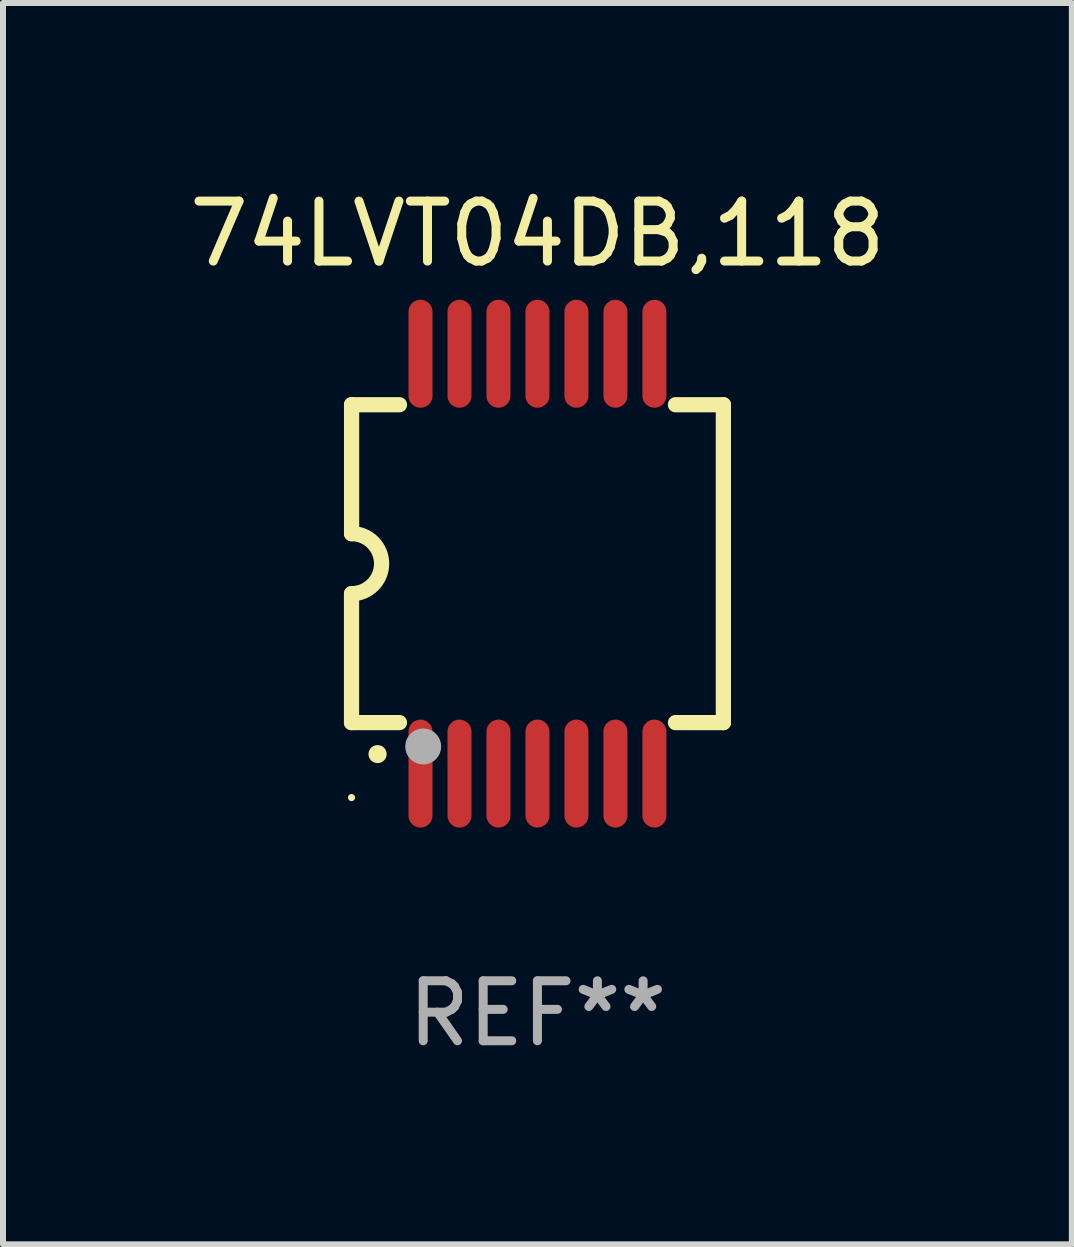
<source format=kicad_pcb>
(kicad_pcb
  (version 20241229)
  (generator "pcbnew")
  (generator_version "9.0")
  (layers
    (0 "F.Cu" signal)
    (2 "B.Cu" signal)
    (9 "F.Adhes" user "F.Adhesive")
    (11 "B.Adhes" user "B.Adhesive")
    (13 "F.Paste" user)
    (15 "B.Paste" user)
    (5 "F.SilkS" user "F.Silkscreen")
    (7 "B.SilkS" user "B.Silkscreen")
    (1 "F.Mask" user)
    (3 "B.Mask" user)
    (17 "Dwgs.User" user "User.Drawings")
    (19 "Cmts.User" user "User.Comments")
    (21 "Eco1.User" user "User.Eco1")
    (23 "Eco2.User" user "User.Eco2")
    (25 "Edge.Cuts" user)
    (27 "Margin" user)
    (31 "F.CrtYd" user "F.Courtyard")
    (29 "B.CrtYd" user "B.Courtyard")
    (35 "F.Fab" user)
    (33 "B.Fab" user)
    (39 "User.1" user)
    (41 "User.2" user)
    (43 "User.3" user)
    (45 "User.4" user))
  (footprint "74LVT04DB,118"
    (layer "F.Cu")
    (at 5.911 6.348)
    (property "Reference" "74LVT04DB,118" (at 0 -5.5 0) (layer "F.SilkS") (effects (font (size 1 1) (thickness 0.15))))
    (attr through_hole)
    (fp_line (start -3.1 2.65) (end -3.1 0.5) (stroke (width 0.254) (type solid)) (layer "F.SilkS"))
    (fp_line (start -3.099 -2.65) (end -2.301 -2.65) (stroke (width 0.254) (type solid)) (layer "F.SilkS"))
    (fp_line (start -3.099 -0.5) (end -3.099 -2.65) (stroke (width 0.254) (type solid)) (layer "F.SilkS"))
    (fp_line (start -2.301 2.65) (end -3.1 2.65) (stroke (width 0.254) (type solid)) (layer "F.SilkS"))
    (fp_line (start 2.301 -2.65) (end 3.1 -2.65) (stroke (width 0.254) (type solid)) (layer "F.SilkS"))
    (fp_line (start 3.1 -2.65) (end 3.1 2.65) (stroke (width 0.254) (type solid)) (layer "F.SilkS"))
    (fp_line (start 3.1 2.65) (end 2.301 2.65) (stroke (width 0.254) (type solid)) (layer "F.SilkS"))
    (fp_arc (start -3.098806 -0.500381) (mid -2.598806 0) (end -3.098806 0.500381) (stroke (width 0.254001) (type solid)) (layer "F.SilkS"))
    (fp_arc (start -2.667005 3.175006) (mid -2.665735 3.175001) (end -2.664465 3.175006) (stroke (width 0.3) (type solid)) (layer "F.SilkS"))
    (fp_circle (center -3.1 3.9) (end -3.07 3.9) (stroke (width 0.06) (type solid)) (fill no) (layer "F.SilkS"))
    (fp_circle (center -1.905 3.048) (end -1.755 3.048) (stroke (width 0.3) (type solid)) (fill no) (layer "F.Fab"))
    (fp_text user "REF**" (at 0 7.5 0) (layer "F.Fab") (effects (font (size 1 1) (thickness 0.15))))
    (pad "1" smd oval (at -1.95 3.5 270) (size 1.8 0.4) (layers "F.Cu" "F.Mask" "F.Paste"))
    (pad "2" smd oval (at -1.3 3.5 270) (size 1.8 0.4) (layers "F.Cu" "F.Mask" "F.Paste"))
    (pad "3" smd oval (at -0.65 3.5 270) (size 1.8 0.4) (layers "F.Cu" "F.Mask" "F.Paste"))
    (pad "4" smd oval (at 0 3.5 270) (size 1.8 0.4) (layers "F.Cu" "F.Mask" "F.Paste"))
    (pad "5" smd oval (at 0.65 3.5 270) (size 1.8 0.4) (layers "F.Cu" "F.Mask" "F.Paste"))
    (pad "6" smd oval (at 1.3 3.5 270) (size 1.8 0.4) (layers "F.Cu" "F.Mask" "F.Paste"))
    (pad "7" smd oval (at 1.95 3.5 270) (size 1.8 0.4) (layers "F.Cu" "F.Mask" "F.Paste"))
    (pad "8" smd oval (at 1.95 -3.5 90) (size 1.8 0.4) (layers "F.Cu" "F.Mask" "F.Paste"))
    (pad "9" smd oval (at 1.3 -3.5 90) (size 1.8 0.4) (layers "F.Cu" "F.Mask" "F.Paste"))
    (pad "10" smd oval (at 0.65 -3.5 90) (size 1.8 0.4) (layers "F.Cu" "F.Mask" "F.Paste"))
    (pad "11" smd oval (at 0 -3.5 90) (size 1.8 0.4) (layers "F.Cu" "F.Mask" "F.Paste"))
    (pad "12" smd oval (at -0.65 -3.5 90) (size 1.8 0.4) (layers "F.Cu" "F.Mask" "F.Paste"))
    (pad "13" smd oval (at -1.3 -3.5 90) (size 1.8 0.4) (layers "F.Cu" "F.Mask" "F.Paste"))
    (pad "14" smd oval (at -1.95 -3.5 90) (size 1.8 0.4) (layers "F.Cu" "F.Mask" "F.Paste")))
  (gr_rect
    (start -3 -3)
    (end 14.821 17.697)
    (stroke (width 0.1) (type default))
    (fill no)
    (layer "Edge.Cuts")))
</source>
